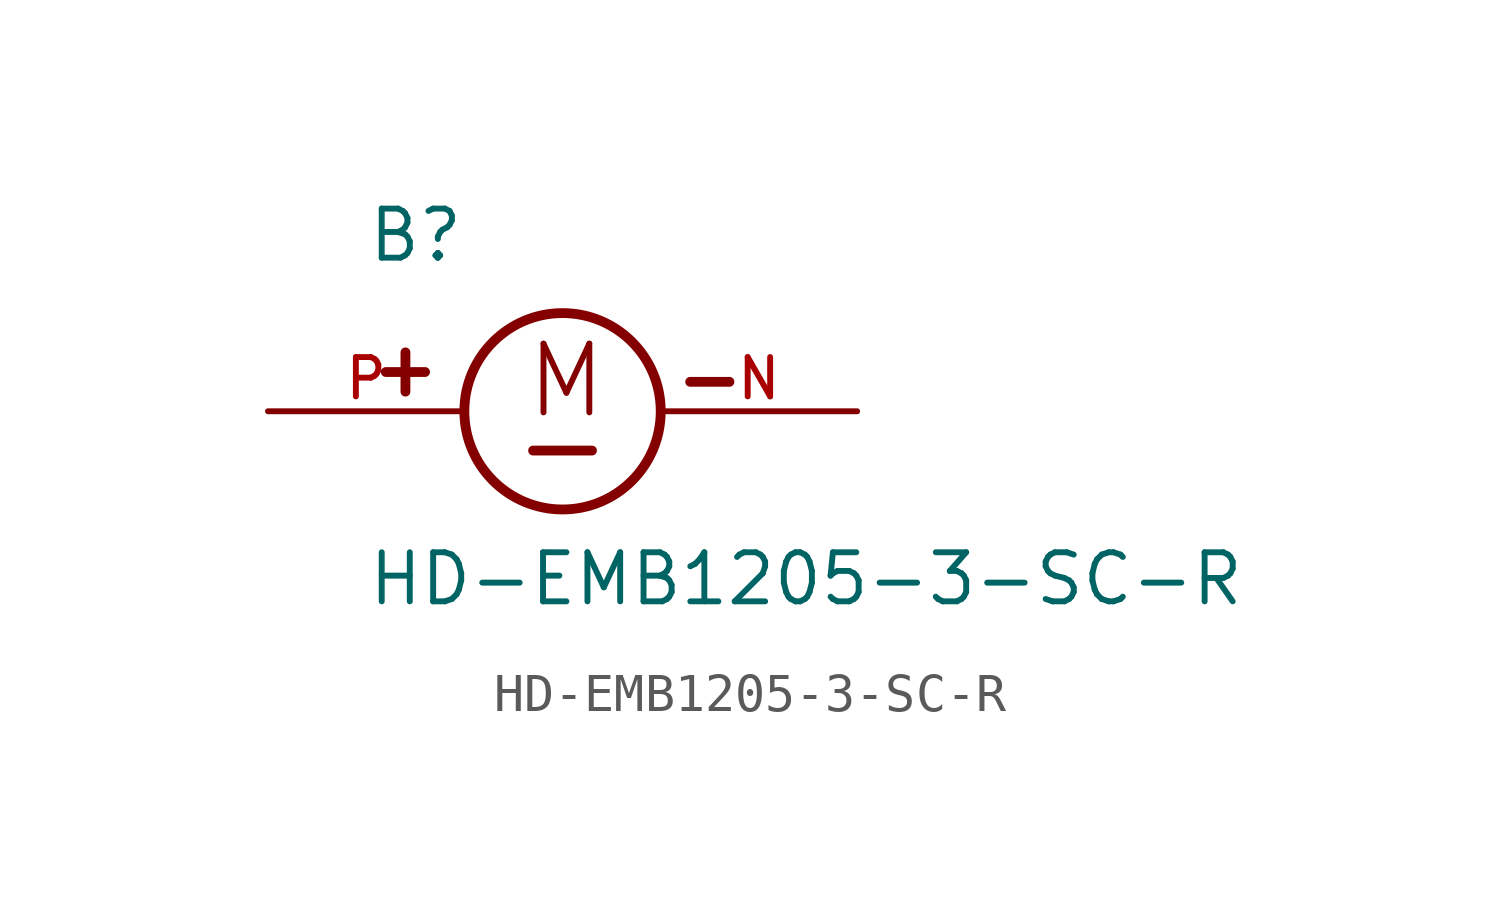
<source format=kicad_sym>
(kicad_symbol_lib
  (version 20241209)
  (generator "kicad_symbol_editor")
  (generator_version "9.0")
  (symbol "HD-EMB1205-3-SC-R"
    (pin_names
      (offset 1.016))
    (property "Reference" "B"
      (at -5.08 3.81 0)
      (effects (font (size 1.27 1.27)) (justify left bottom)))
    (property "Value" "HD-EMB1205-3-SC-R"
      (at -5.08 -5.08 0)
      (effects (font (size 1.27 1.27)) (justify left bottom)))
    (symbol "HD-EMB1205-3-SC-R_0_0"
      (polyline (pts (xy -4.572 1.016) (xy -3.556 1.016)) (stroke (width 0.254) (type default)) (fill (type none)))
      (polyline (pts (xy -4.064 1.524) (xy -4.064 0.508)) (stroke (width 0.254) (type default)) (fill (type none)))
      (polyline (pts (xy -0.762 -1.016) (xy 0.762 -1.016)) (stroke (width 0.254) (type default)) (fill (type none)))
      (circle (center 0 0) (radius 2.54) (stroke (width 0.254) (type default)) (fill (type none)))
      (polyline (pts (xy 3.302 0.762) (xy 4.318 0.762)) (stroke (width 0.254) (type default)) (fill (type none)))
      (text "M" (at -1.016 -0.254 0) (effects (font (size 1.778 1.778)) (justify left bottom)))
      (pin passive line (at -7.62 0 0) (length 5.08) (name "~" (effects (font (size 1.016 1.016)))) (number "P" (effects (font (size 1.016 1.016)))))
      (pin passive line (at 7.62 0 180) (length 5.08) (name "~" (effects (font (size 1.016 1.016)))) (number "N" (effects (font (size 1.016 1.016))))))))
</source>
